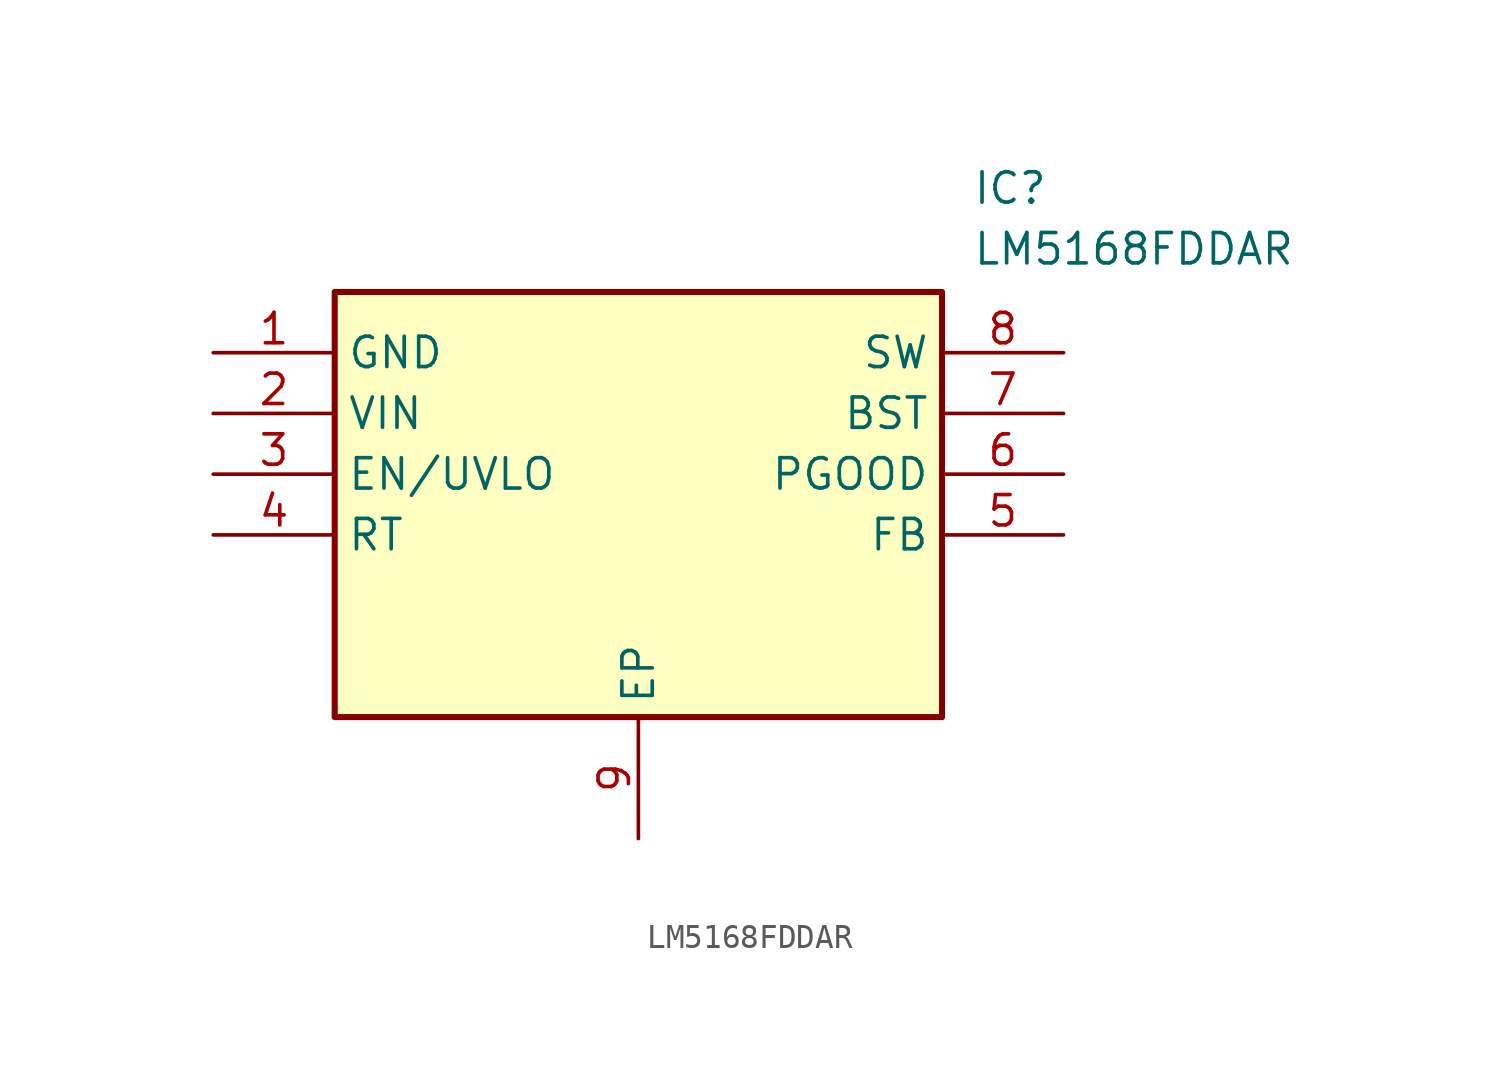
<source format=kicad_sym>
(kicad_symbol_lib
  (version 20211014)
  (generator SamacSys_ECAD_Model)
  (symbol "LM5168FDDAR"
    (property "Reference" "IC"
      (at 31.75 7.62 0)
      (effects (font (size 1.27 1.27)) (justify left top)))
    (property "Value" "LM5168FDDAR"
      (at 31.75 5.08 0)
      (effects (font (size 1.27 1.27)) (justify left top)))
    (rectangle
      (start 5.08 2.54)
      (end 30.48 -15.24)
      (stroke (width 0.254) (type default))
      (fill (type background)))
    (pin passive line
      (at 0 0 0)
      (length 5.08)
      (name "GND" (effects (font (size 1.27 1.27))))
      (number "1" (effects (font (size 1.27 1.27)))))
    (pin passive line
      (at 0 -2.54 0)
      (length 5.08)
      (name "VIN" (effects (font (size 1.27 1.27))))
      (number "2" (effects (font (size 1.27 1.27)))))
    (pin passive line
      (at 0 -5.08 0)
      (length 5.08)
      (name "EN/UVLO" (effects (font (size 1.27 1.27))))
      (number "3" (effects (font (size 1.27 1.27)))))
    (pin passive line
      (at 0 -7.62 0)
      (length 5.08)
      (name "RT" (effects (font (size 1.27 1.27))))
      (number "4" (effects (font (size 1.27 1.27)))))
    (pin passive line
      (at 17.78 -20.32 90)
      (length 5.08)
      (name "EP" (effects (font (size 1.27 1.27))))
      (number "9" (effects (font (size 1.27 1.27)))))
    (pin passive line
      (at 35.56 0 180)
      (length 5.08)
      (name "SW" (effects (font (size 1.27 1.27))))
      (number "8" (effects (font (size 1.27 1.27)))))
    (pin passive line
      (at 35.56 -2.54 180)
      (length 5.08)
      (name "BST" (effects (font (size 1.27 1.27))))
      (number "7" (effects (font (size 1.27 1.27)))))
    (pin passive line
      (at 35.56 -5.08 180)
      (length 5.08)
      (name "PGOOD" (effects (font (size 1.27 1.27))))
      (number "6" (effects (font (size 1.27 1.27)))))
    (pin passive line
      (at 35.56 -7.62 180)
      (length 5.08)
      (name "FB" (effects (font (size 1.27 1.27))))
      (number "5" (effects (font (size 1.27 1.27)))))))
</source>
